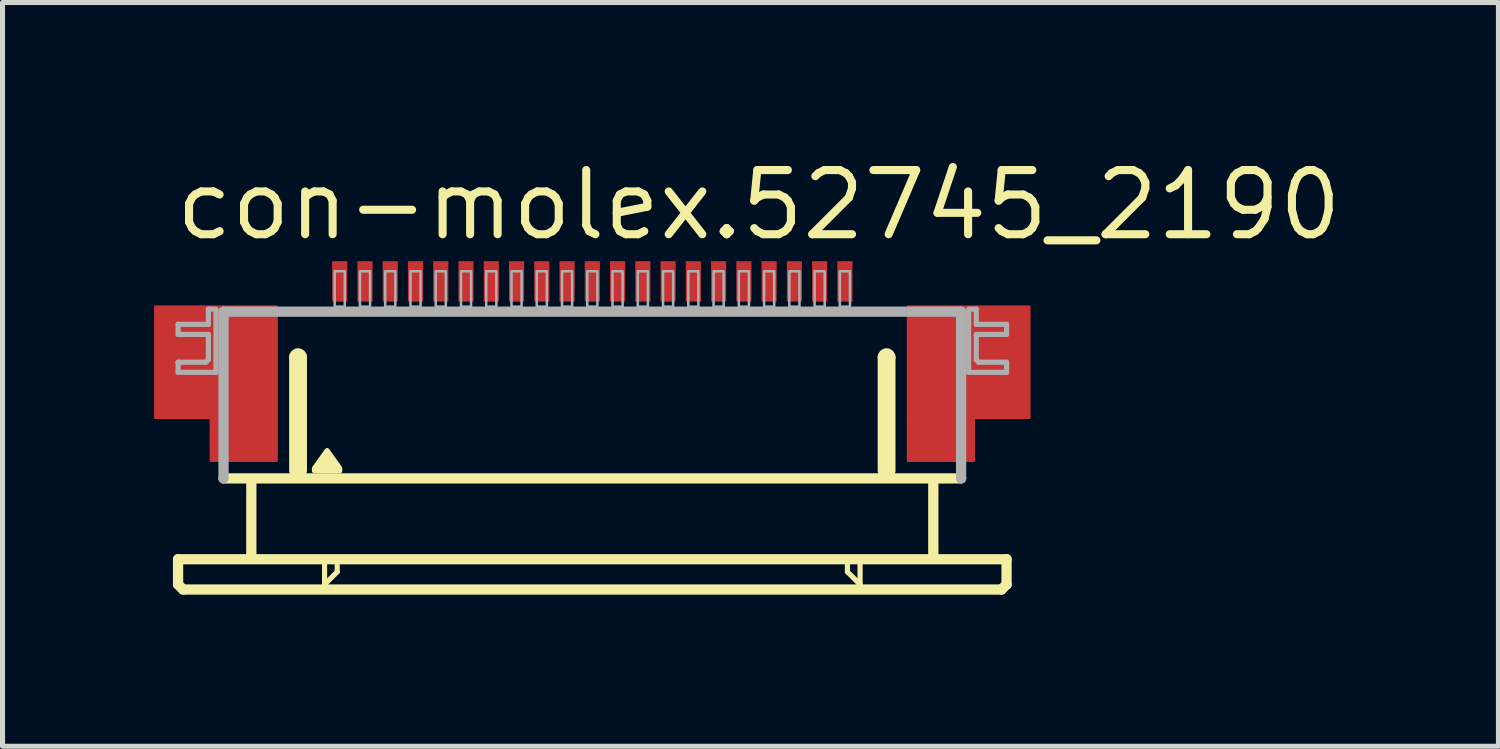
<source format=kicad_pcb>
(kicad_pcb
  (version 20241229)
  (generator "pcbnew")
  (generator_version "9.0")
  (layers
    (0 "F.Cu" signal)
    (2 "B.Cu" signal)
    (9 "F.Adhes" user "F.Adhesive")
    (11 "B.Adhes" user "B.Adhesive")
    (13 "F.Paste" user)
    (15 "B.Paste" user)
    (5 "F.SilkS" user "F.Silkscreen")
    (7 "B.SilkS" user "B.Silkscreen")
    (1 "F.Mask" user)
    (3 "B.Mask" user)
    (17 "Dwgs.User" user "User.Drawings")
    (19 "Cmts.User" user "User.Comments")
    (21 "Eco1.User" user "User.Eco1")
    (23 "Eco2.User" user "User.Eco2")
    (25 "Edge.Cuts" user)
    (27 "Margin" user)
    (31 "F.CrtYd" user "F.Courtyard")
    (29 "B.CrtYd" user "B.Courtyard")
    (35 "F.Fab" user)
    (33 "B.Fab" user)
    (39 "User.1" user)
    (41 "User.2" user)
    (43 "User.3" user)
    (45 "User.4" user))
  (footprint "con-molex.52745_2190"
    (layer "F.Cu")
    (at 8.675 5.02)
    (property "Reference" "con-molex.52745_2190" (at -8.33 -3.27 0) (layer "F.SilkS") (effects (font (size 1.27 1.27) (thickness 0.16)) (justify left bottom)))
    (attr smd)
    (fp_rect (start -8.65 0.2) (end -6.25 -2) (stroke (width 0.05) (type default)) (fill yes) (layer "F.Cu"))
    (fp_rect (start -7.55 1.05) (end -6.25 0.2) (stroke (width 0.05) (type default)) (fill yes) (layer "F.Cu"))
    (fp_rect (start 6.25 0.2) (end 8.65 -2) (stroke (width 0.05) (type default)) (fill yes) (layer "F.Cu"))
    (fp_rect (start 6.25 1.05) (end 7.55 0.2) (stroke (width 0.05) (type default)) (fill yes) (layer "F.Cu"))
    (fp_rect (start -8.65 0.2) (end -7.5 -2) (stroke (width 0.05) (type default)) (fill yes) (layer "F.Mask"))
    (fp_rect (start -7.55 1.05) (end -6.25 -2) (stroke (width 0.05) (type default)) (fill yes) (layer "F.Mask"))
    (fp_rect (start 6.25 1.05) (end 7.55 -2) (stroke (width 0.05) (type default)) (fill yes) (layer "F.Mask"))
    (fp_rect (start 7.5 0.2) (end 8.65 -2) (stroke (width 0.05) (type default)) (fill yes) (layer "F.Mask"))
    (fp_line (start -8.2 3) (end -8.2 3.5) (stroke (width 0.203) (type default)) (layer "F.SilkS"))
    (fp_line (start -8.2 3.5) (end -8.1 3.6) (stroke (width 0.203) (type default)) (layer "F.SilkS"))
    (fp_line (start -8.1 3.6) (end 8.1 3.6) (stroke (width 0.203) (type default)) (layer "F.SilkS"))
    (fp_line (start -6.75 1.5) (end -6.75 2.9) (stroke (width 0.203) (type default)) (layer "F.SilkS"))
    (fp_line (start -5.9 1.25) (end -5.9 -1) (stroke (width 0.203) (type default)) (layer "F.SilkS"))
    (fp_line (start -5.75 -1) (end -5.75 1.25) (stroke (width 0.203) (type default)) (layer "F.SilkS"))
    (fp_line (start -5.3 3.1) (end -5.3 3.5) (stroke (width 0.102) (type default)) (layer "F.SilkS"))
    (fp_line (start -5.3 3.5) (end -5.05 3.25) (stroke (width 0.102) (type default)) (layer "F.SilkS"))
    (fp_line (start -5.05 3.25) (end -5.05 3.1) (stroke (width 0.102) (type default)) (layer "F.SilkS"))
    (fp_line (start 5.05 3.1) (end 5.05 3.25) (stroke (width 0.102) (type default)) (layer "F.SilkS"))
    (fp_line (start 5.05 3.25) (end 5.3 3.5) (stroke (width 0.102) (type default)) (layer "F.SilkS"))
    (fp_line (start 5.3 3.5) (end 5.3 3.1) (stroke (width 0.102) (type default)) (layer "F.SilkS"))
    (fp_line (start 5.75 1.25) (end 5.75 -1) (stroke (width 0.203) (type default)) (layer "F.SilkS"))
    (fp_line (start 5.9 -1) (end 5.9 1.25) (stroke (width 0.203) (type default)) (layer "F.SilkS"))
    (fp_line (start 6.75 1.5) (end 6.75 2.9) (stroke (width 0.203) (type default)) (layer "F.SilkS"))
    (fp_line (start 7.3 1.4) (end -7.3 1.4) (stroke (width 0.203) (type default)) (layer "F.SilkS"))
    (fp_line (start 8.1 3.6) (end 8.2 3.5) (stroke (width 0.203) (type default)) (layer "F.SilkS"))
    (fp_line (start 8.2 3) (end -8.2 3) (stroke (width 0.203) (type default)) (layer "F.SilkS"))
    (fp_line (start 8.2 3.5) (end 8.2 3) (stroke (width 0.203) (type default)) (layer "F.SilkS"))
    (fp_arc (start -5.9 -1) (mid -5.825 -1.075) (end -5.75 -1) (stroke (width 0.2032) (type default)) (layer "F.SilkS"))
    (fp_arc (start 5.75 -1) (mid 5.825 -1.075) (end 5.9 -1) (stroke (width 0.2032) (type default)) (layer "F.SilkS"))
    (fp_poly (pts (xy -5.5 1.25) (xy -5.5 1.2) (xy -5.25 0.85) (xy -5 1.2) (xy -5 1.25)) (stroke (width 0.102) (type default)) (fill yes) (layer "F.SilkS"))
    (fp_rect (start -8.45 0.05) (end -6.45 -1.85) (stroke (width 0.05) (type default)) (fill yes) (layer "F.Paste"))
    (fp_rect (start 6.45 0.05) (end 8.45 -1.85) (stroke (width 0.05) (type default)) (fill yes) (layer "F.Paste"))
    (fp_line (start -8.2 -1.65) (end -8.2 -1.45) (stroke (width 0.102) (type default)) (layer "F.Fab"))
    (fp_line (start -8.2 -1.45) (end -7.6 -1.45) (stroke (width 0.102) (type default)) (layer "F.Fab"))
    (fp_line (start -8.2 -0.9) (end -8.2 -0.7) (stroke (width 0.102) (type default)) (layer "F.Fab"))
    (fp_line (start -8.2 -0.7) (end -7.45 -0.7) (stroke (width 0.102) (type default)) (layer "F.Fab"))
    (fp_line (start -7.65 -0.9) (end -8.2 -0.9) (stroke (width 0.102) (type default)) (layer "F.Fab"))
    (fp_line (start -7.6 -1.95) (end -7.6 -1.65) (stroke (width 0.102) (type default)) (layer "F.Fab"))
    (fp_line (start -7.6 -1.65) (end -8.2 -1.65) (stroke (width 0.102) (type default)) (layer "F.Fab"))
    (fp_line (start -7.6 -1.45) (end -7.6 -0.95) (stroke (width 0.102) (type default)) (layer "F.Fab"))
    (fp_line (start -7.6 -0.95) (end -7.65 -0.9) (stroke (width 0.102) (type default)) (layer "F.Fab"))
    (fp_line (start -7.45 -1.95) (end -7.6 -1.95) (stroke (width 0.102) (type default)) (layer "F.Fab"))
    (fp_line (start -7.45 -0.7) (end -7.45 -1.9) (stroke (width 0.102) (type default)) (layer "F.Fab"))
    (fp_line (start -7.3 -1.9) (end 7.3 -1.9) (stroke (width 0.203) (type default)) (layer "F.Fab"))
    (fp_line (start -7.3 1.4) (end -7.3 -1.9) (stroke (width 0.203) (type default)) (layer "F.Fab"))
    (fp_line (start 7.3 -1.9) (end 7.3 1.4) (stroke (width 0.203) (type default)) (layer "F.Fab"))
    (fp_line (start 7.45 -1.95) (end 7.6 -1.95) (stroke (width 0.102) (type default)) (layer "F.Fab"))
    (fp_line (start 7.45 -0.7) (end 7.45 -1.9) (stroke (width 0.102) (type default)) (layer "F.Fab"))
    (fp_line (start 7.6 -1.95) (end 7.6 -1.65) (stroke (width 0.102) (type default)) (layer "F.Fab"))
    (fp_line (start 7.6 -1.65) (end 8.2 -1.65) (stroke (width 0.102) (type default)) (layer "F.Fab"))
    (fp_line (start 7.6 -1.45) (end 7.6 -0.95) (stroke (width 0.102) (type default)) (layer "F.Fab"))
    (fp_line (start 7.6 -0.95) (end 7.65 -0.9) (stroke (width 0.102) (type default)) (layer "F.Fab"))
    (fp_line (start 7.65 -0.9) (end 8.2 -0.9) (stroke (width 0.102) (type default)) (layer "F.Fab"))
    (fp_line (start 8.2 -1.65) (end 8.2 -1.45) (stroke (width 0.102) (type default)) (layer "F.Fab"))
    (fp_line (start 8.2 -1.45) (end 7.6 -1.45) (stroke (width 0.102) (type default)) (layer "F.Fab"))
    (fp_line (start 8.2 -0.9) (end 8.2 -0.7) (stroke (width 0.102) (type default)) (layer "F.Fab"))
    (fp_line (start 8.2 -0.7) (end 7.45 -0.7) (stroke (width 0.102) (type default)) (layer "F.Fab"))
    (fp_rect (start -5.1 -2) (end -4.9 -2.7) (stroke (width 0.05) (type default)) (fill no) (layer "F.Fab"))
    (fp_rect (start -4.6 -2) (end -4.4 -2.7) (stroke (width 0.05) (type default)) (fill no) (layer "F.Fab"))
    (fp_rect (start -4.1 -2) (end -3.9 -2.7) (stroke (width 0.05) (type default)) (fill no) (layer "F.Fab"))
    (fp_rect (start -3.6 -2) (end -3.4 -2.7) (stroke (width 0.05) (type default)) (fill no) (layer "F.Fab"))
    (fp_rect (start -3.1 -2) (end -2.9 -2.7) (stroke (width 0.05) (type default)) (fill no) (layer "F.Fab"))
    (fp_rect (start -2.6 -2) (end -2.4 -2.7) (stroke (width 0.05) (type default)) (fill no) (layer "F.Fab"))
    (fp_rect (start -2.1 -2) (end -1.9 -2.7) (stroke (width 0.05) (type default)) (fill no) (layer "F.Fab"))
    (fp_rect (start -1.6 -2) (end -1.4 -2.7) (stroke (width 0.05) (type default)) (fill no) (layer "F.Fab"))
    (fp_rect (start -1.1 -2) (end -0.9 -2.7) (stroke (width 0.05) (type default)) (fill no) (layer "F.Fab"))
    (fp_rect (start -0.6 -2) (end -0.4 -2.7) (stroke (width 0.05) (type default)) (fill no) (layer "F.Fab"))
    (fp_rect (start -0.1 -2) (end 0.1 -2.7) (stroke (width 0.05) (type default)) (fill no) (layer "F.Fab"))
    (fp_rect (start 0.4 -2) (end 0.6 -2.7) (stroke (width 0.05) (type default)) (fill no) (layer "F.Fab"))
    (fp_rect (start 0.9 -2) (end 1.1 -2.7) (stroke (width 0.05) (type default)) (fill no) (layer "F.Fab"))
    (fp_rect (start 1.4 -2) (end 1.6 -2.7) (stroke (width 0.05) (type default)) (fill no) (layer "F.Fab"))
    (fp_rect (start 1.9 -2) (end 2.1 -2.7) (stroke (width 0.05) (type default)) (fill no) (layer "F.Fab"))
    (fp_rect (start 2.4 -2) (end 2.6 -2.7) (stroke (width 0.05) (type default)) (fill no) (layer "F.Fab"))
    (fp_rect (start 2.9 -2) (end 3.1 -2.7) (stroke (width 0.05) (type default)) (fill no) (layer "F.Fab"))
    (fp_rect (start 3.4 -2) (end 3.6 -2.7) (stroke (width 0.05) (type default)) (fill no) (layer "F.Fab"))
    (fp_rect (start 3.9 -2) (end 4.1 -2.7) (stroke (width 0.05) (type default)) (fill no) (layer "F.Fab"))
    (fp_rect (start 4.4 -2) (end 4.6 -2.7) (stroke (width 0.05) (type default)) (fill no) (layer "F.Fab"))
    (fp_rect (start 4.9 -2) (end 5.1 -2.7) (stroke (width 0.05) (type default)) (fill no) (layer "F.Fab"))
    (pad "1" smd roundrect (at -5 -2.5) (size 0.3 0.8) (layers "F.Cu" "F.Mask" "F.Paste") (roundrect_rratio 0.01))
    (pad "2" smd roundrect (at -4.5 -2.5) (size 0.3 0.8) (layers "F.Cu" "F.Mask" "F.Paste") (roundrect_rratio 0.01))
    (pad "3" smd roundrect (at -4 -2.5) (size 0.3 0.8) (layers "F.Cu" "F.Mask" "F.Paste") (roundrect_rratio 0.01))
    (pad "4" smd roundrect (at -3.5 -2.5) (size 0.3 0.8) (layers "F.Cu" "F.Mask" "F.Paste") (roundrect_rratio 0.01))
    (pad "5" smd roundrect (at -3 -2.5) (size 0.3 0.8) (layers "F.Cu" "F.Mask" "F.Paste") (roundrect_rratio 0.01))
    (pad "6" smd roundrect (at -2.5 -2.5) (size 0.3 0.8) (layers "F.Cu" "F.Mask" "F.Paste") (roundrect_rratio 0.01))
    (pad "7" smd roundrect (at -2 -2.5) (size 0.3 0.8) (layers "F.Cu" "F.Mask" "F.Paste") (roundrect_rratio 0.01))
    (pad "8" smd roundrect (at -1.5 -2.5) (size 0.3 0.8) (layers "F.Cu" "F.Mask" "F.Paste") (roundrect_rratio 0.01))
    (pad "9" smd roundrect (at -1 -2.5) (size 0.3 0.8) (layers "F.Cu" "F.Mask" "F.Paste") (roundrect_rratio 0.01))
    (pad "10" smd roundrect (at -0.5 -2.5) (size 0.3 0.8) (layers "F.Cu" "F.Mask" "F.Paste") (roundrect_rratio 0.01))
    (pad "11" smd roundrect (at 0 -2.5) (size 0.3 0.8) (layers "F.Cu" "F.Mask" "F.Paste") (roundrect_rratio 0.01))
    (pad "12" smd roundrect (at 0.5 -2.5) (size 0.3 0.8) (layers "F.Cu" "F.Mask" "F.Paste") (roundrect_rratio 0.01))
    (pad "13" smd roundrect (at 1 -2.5) (size 0.3 0.8) (layers "F.Cu" "F.Mask" "F.Paste") (roundrect_rratio 0.01))
    (pad "14" smd roundrect (at 1.5 -2.5) (size 0.3 0.8) (layers "F.Cu" "F.Mask" "F.Paste") (roundrect_rratio 0.01))
    (pad "15" smd roundrect (at 2 -2.5) (size 0.3 0.8) (layers "F.Cu" "F.Mask" "F.Paste") (roundrect_rratio 0.01))
    (pad "16" smd roundrect (at 2.5 -2.5) (size 0.3 0.8) (layers "F.Cu" "F.Mask" "F.Paste") (roundrect_rratio 0.01))
    (pad "17" smd roundrect (at 3 -2.5) (size 0.3 0.8) (layers "F.Cu" "F.Mask" "F.Paste") (roundrect_rratio 0.01))
    (pad "18" smd roundrect (at 3.5 -2.5) (size 0.3 0.8) (layers "F.Cu" "F.Mask" "F.Paste") (roundrect_rratio 0.01))
    (pad "19" smd roundrect (at 4 -2.5) (size 0.3 0.8) (layers "F.Cu" "F.Mask" "F.Paste") (roundrect_rratio 0.01))
    (pad "20" smd roundrect (at 4.5 -2.5) (size 0.3 0.8) (layers "F.Cu" "F.Mask" "F.Paste") (roundrect_rratio 0.01))
    (pad "21" smd roundrect (at 5 -2.5) (size 0.3 0.8) (layers "F.Cu" "F.Mask" "F.Paste") (roundrect_rratio 0.01)))
  (gr_rect
    (start -3 -3)
    (end 26.612 11.722)
    (stroke (width 0.1) (type default))
    (fill no)
    (layer "Edge.Cuts")))
</source>
